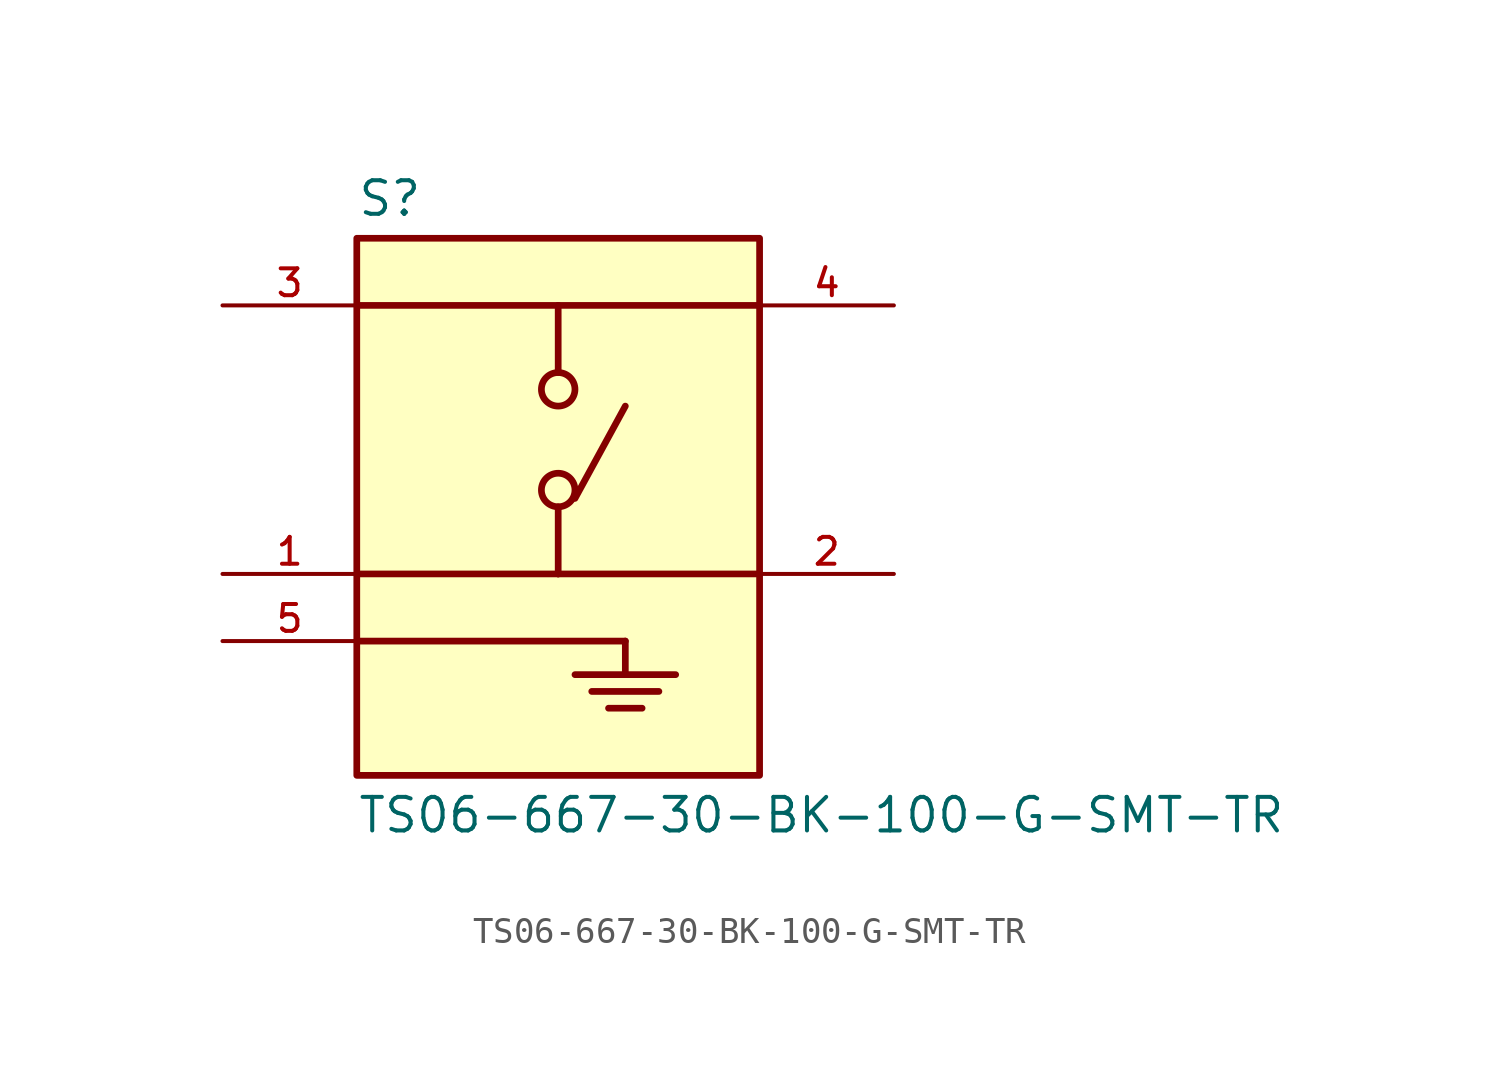
<source format=kicad_sym>
(kicad_symbol_lib
  (version 20231120)
  (generator "kicad_symbol_editor")
  (generator_version "8.0")
  (symbol "TS06-667-30-BK-100-G-SMT-TR"
    (pin_names
      (offset 1.016))
    (property "Reference" "S"
      (at -7.62 10.922 0)
      (effects (font (size 1.27 1.27)) (justify left bottom)))
    (property "Value" "TS06-667-30-BK-100-G-SMT-TR"
      (at -7.62 -10.922 0)
      (effects (font (size 1.27 1.27)) (justify left top)))
    (symbol "TS06-667-30-BK-100-G-SMT-TR_0_0"
      (rectangle (start -7.62 10.16) (end 7.62 -10.16) (stroke (width 0.254) (type default)) (fill (type background)))
      (polyline (pts (xy -7.62 -5.08) (xy 2.54 -5.08)) (stroke (width 0.254) (type default)) (fill (type none)))
      (polyline (pts (xy 0 -2.54) (xy -7.62 -2.54)) (stroke (width 0.254) (type default)) (fill (type none)))
      (polyline (pts (xy 0 -2.54) (xy 7.62 -2.54)) (stroke (width 0.254) (type default)) (fill (type none)))
      (polyline (pts (xy 0 0) (xy 0 -2.54)) (stroke (width 0.254) (type default)) (fill (type none)))
      (polyline (pts (xy 0 7.62) (xy -7.62 7.62)) (stroke (width 0.254) (type default)) (fill (type none)))
      (polyline (pts (xy 0 7.62) (xy 0 5.08)) (stroke (width 0.254) (type default)) (fill (type none)))
      (polyline (pts (xy 0 7.62) (xy 7.62 7.62)) (stroke (width 0.254) (type default)) (fill (type none)))
      (polyline (pts (xy 0.635 -6.35) (xy 2.54 -6.35)) (stroke (width 0.254) (type default)) (fill (type none)))
      (polyline (pts (xy 0.635 0.318) (xy 2.54 3.81)) (stroke (width 0.254) (type default)) (fill (type none)))
      (polyline (pts (xy 1.27 -6.985) (xy 3.81 -6.985)) (stroke (width 0.254) (type default)) (fill (type none)))
      (polyline (pts (xy 1.905 -7.62) (xy 3.175 -7.62)) (stroke (width 0.254) (type default)) (fill (type none)))
      (polyline (pts (xy 2.54 -6.35) (xy 4.445 -6.35)) (stroke (width 0.254) (type default)) (fill (type none)))
      (polyline (pts (xy 2.54 -5.08) (xy 2.54 -6.35)) (stroke (width 0.254) (type default)) (fill (type none)))
      (circle (center 0 0.635) (radius 0.635) (stroke (width 0.254) (type default)) (fill (type none)))
      (circle (center 0 4.445) (radius 0.635) (stroke (width 0.254) (type default)) (fill (type none)))
      (pin passive line (at -12.7 -2.54 0) (length 5.08) (name "~" (effects (font (size 1.016 1.016)))) (number "1" (effects (font (size 1.016 1.016)))))
      (pin passive line (at 12.7 -2.54 180) (length 5.08) (name "~" (effects (font (size 1.016 1.016)))) (number "2" (effects (font (size 1.016 1.016)))))
      (pin passive line (at -12.7 7.62 0) (length 5.08) (name "~" (effects (font (size 1.016 1.016)))) (number "3" (effects (font (size 1.016 1.016)))))
      (pin passive line (at 12.7 7.62 180) (length 5.08) (name "~" (effects (font (size 1.016 1.016)))) (number "4" (effects (font (size 1.016 1.016)))))
      (pin passive line (at -12.7 -5.08 0) (length 5.08) (name "~" (effects (font (size 1.016 1.016)))) (number "5" (effects (font (size 1.016 1.016))))))))
</source>
